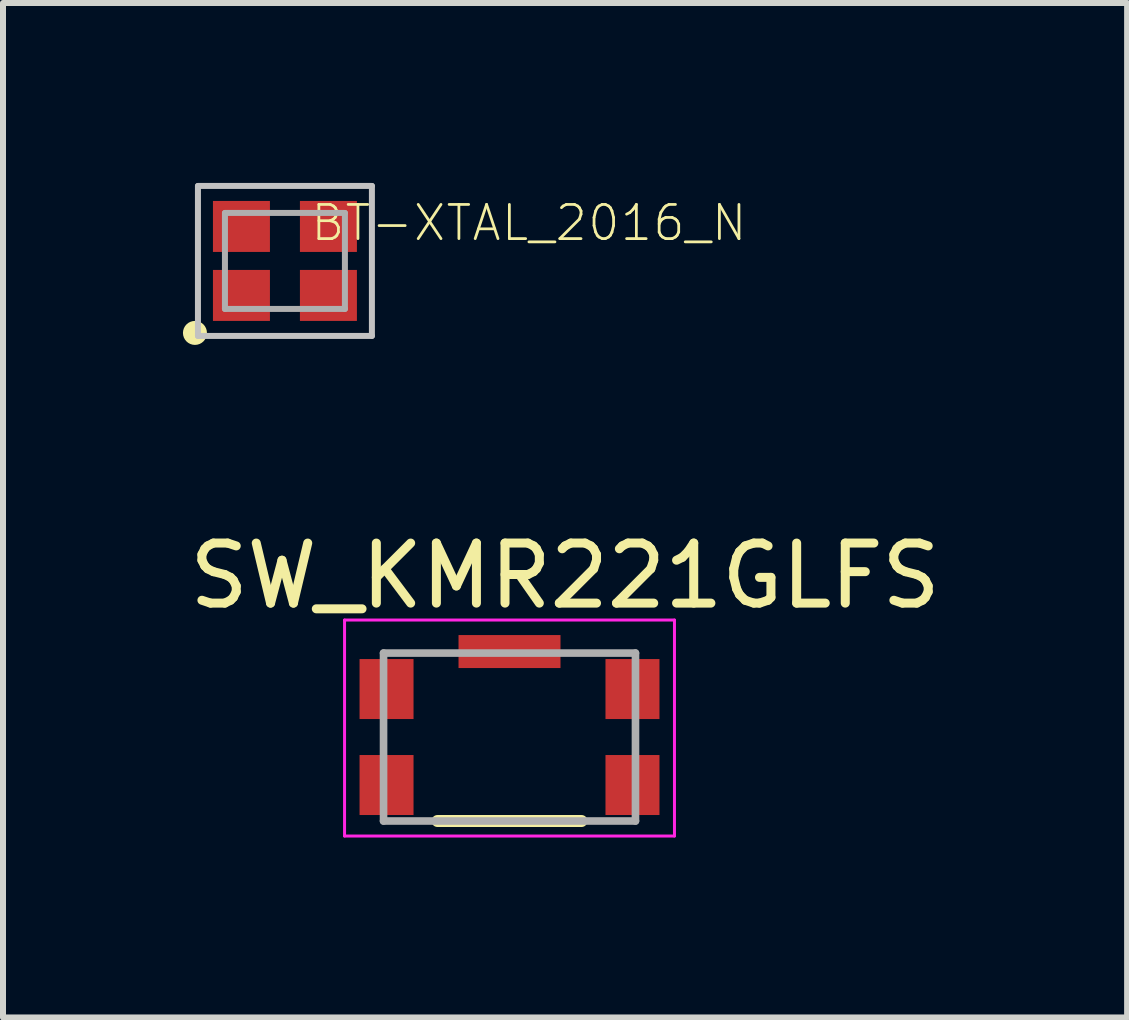
<source format=kicad_pcb>
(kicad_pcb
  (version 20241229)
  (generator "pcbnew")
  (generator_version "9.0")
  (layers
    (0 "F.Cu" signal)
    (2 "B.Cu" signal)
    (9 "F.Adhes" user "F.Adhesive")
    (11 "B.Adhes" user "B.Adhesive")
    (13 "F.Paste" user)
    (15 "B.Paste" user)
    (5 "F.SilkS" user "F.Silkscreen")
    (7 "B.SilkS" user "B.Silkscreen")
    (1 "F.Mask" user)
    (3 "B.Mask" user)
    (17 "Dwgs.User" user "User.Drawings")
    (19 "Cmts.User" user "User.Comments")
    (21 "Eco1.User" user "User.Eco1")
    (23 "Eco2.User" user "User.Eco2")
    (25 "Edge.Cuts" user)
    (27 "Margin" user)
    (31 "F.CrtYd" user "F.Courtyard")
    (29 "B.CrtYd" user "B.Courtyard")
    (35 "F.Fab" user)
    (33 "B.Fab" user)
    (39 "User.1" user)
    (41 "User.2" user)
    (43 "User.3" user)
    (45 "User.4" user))
  (footprint "BT-XTAL_2016_N"
    (layer "F.Cu")
    (at 1.7 1.3)
    (property "Reference" "BT-XTAL_2016_N" (at 0.4 -0.3 180) (layer "F.SilkS") (effects (font (size 0.57 0.57) (thickness 0.046)) (justify left bottom)))
    (attr through_hole)
    (fp_circle (center -1.5 1.2) (end -1.4 1.2) (stroke (width 0.2) (type solid)) (fill no) (layer "F.SilkS"))
    (fp_line (start -1.45 -1.25) (end -1.45 1.25) (stroke (width 0.1) (type solid)) (layer "Dwgs.User"))
    (fp_line (start -1.45 1.25) (end 1.45 1.25) (stroke (width 0.1) (type solid)) (layer "Dwgs.User"))
    (fp_line (start 1.45 -1.25) (end -1.45 -1.25) (stroke (width 0.1) (type solid)) (layer "Dwgs.User"))
    (fp_line (start 1.45 1.25) (end 1.45 -1.25) (stroke (width 0.1) (type solid)) (layer "Dwgs.User"))
    (fp_line (start -1 -0.8) (end -1 0.8) (stroke (width 0.1) (type solid)) (layer "F.Fab"))
    (fp_line (start -1 0.8) (end 1 0.8) (stroke (width 0.1) (type solid)) (layer "F.Fab"))
    (fp_line (start 1 -0.8) (end -1 -0.8) (stroke (width 0.1) (type solid)) (layer "F.Fab"))
    (fp_line (start 1 0.8) (end 1 -0.8) (stroke (width 0.1) (type solid)) (layer "F.Fab"))
    (pad "1" smd rect (at -0.725 0.575) (size 0.95 0.85) (layers "F.Cu" "F.Mask" "F.Paste"))
    (pad "2" smd rect (at 0.725 0.575) (size 0.95 0.85) (layers "F.Cu" "F.Mask" "F.Paste"))
    (pad "3" smd rect (at 0.725 -0.575) (size 0.95 0.85) (layers "F.Cu" "F.Mask" "F.Paste"))
    (pad "4" smd rect (at -0.725 -0.575) (size 0.95 0.85) (layers "F.Cu" "F.Mask" "F.Paste")))
  (footprint "SW_KMR221GLFS"
    (layer "F.Cu")
    (at 5.444 9.237)
    (property "Reference" "SW_KMR221GLFS" (at 0.926 -2.688 0) (layer "F.SilkS") (effects (font (size 1.001 1.001) (thickness 0.15))))
    (attr through_hole)
    (fp_line (start -1.2 1.4) (end 1.2 1.4) (stroke (width 0.2) (type solid)) (layer "F.SilkS"))
    (fp_line (start -2.75 -1.95) (end 2.75 -1.95) (stroke (width 0.05) (type solid)) (layer "F.CrtYd"))
    (fp_line (start -2.75 1.65) (end -2.75 -1.95) (stroke (width 0.05) (type solid)) (layer "F.CrtYd"))
    (fp_line (start 2.75 -1.95) (end 2.75 1.65) (stroke (width 0.05) (type solid)) (layer "F.CrtYd"))
    (fp_line (start 2.75 1.65) (end -2.75 1.65) (stroke (width 0.05) (type solid)) (layer "F.CrtYd"))
    (fp_line (start -2.1 -1.4) (end 2.1 -1.4) (stroke (width 0.127) (type solid)) (layer "F.Fab"))
    (fp_line (start -2.1 1.4) (end -2.1 -1.4) (stroke (width 0.127) (type solid)) (layer "F.Fab"))
    (fp_line (start 2.1 -1.4) (end 2.1 1.4) (stroke (width 0.127) (type solid)) (layer "F.Fab"))
    (fp_line (start 2.1 1.4) (end -2.1 1.4) (stroke (width 0.127) (type solid)) (layer "F.Fab"))
    (pad "1" smd rect (at -2.05 -0.8) (size 0.9 1) (layers "F.Cu" "F.Mask" "F.Paste"))
    (pad "2" smd rect (at -2.05 0.8) (size 0.9 1) (layers "F.Cu" "F.Mask" "F.Paste"))
    (pad "3" smd rect (at 2.05 0.8) (size 0.9 1) (layers "F.Cu" "F.Mask" "F.Paste"))
    (pad "4" smd rect (at 2.05 -0.8) (size 0.9 1) (layers "F.Cu" "F.Mask" "F.Paste"))
    (pad "5" smd rect (at 0 -1.425) (size 1.7 0.55) (layers "F.Cu" "F.Mask" "F.Paste")))
  (gr_rect
    (start -3 -3)
    (end 15.74 13.912)
    (stroke (width 0.1) (type default))
    (fill no)
    (layer "Edge.Cuts")))
</source>
